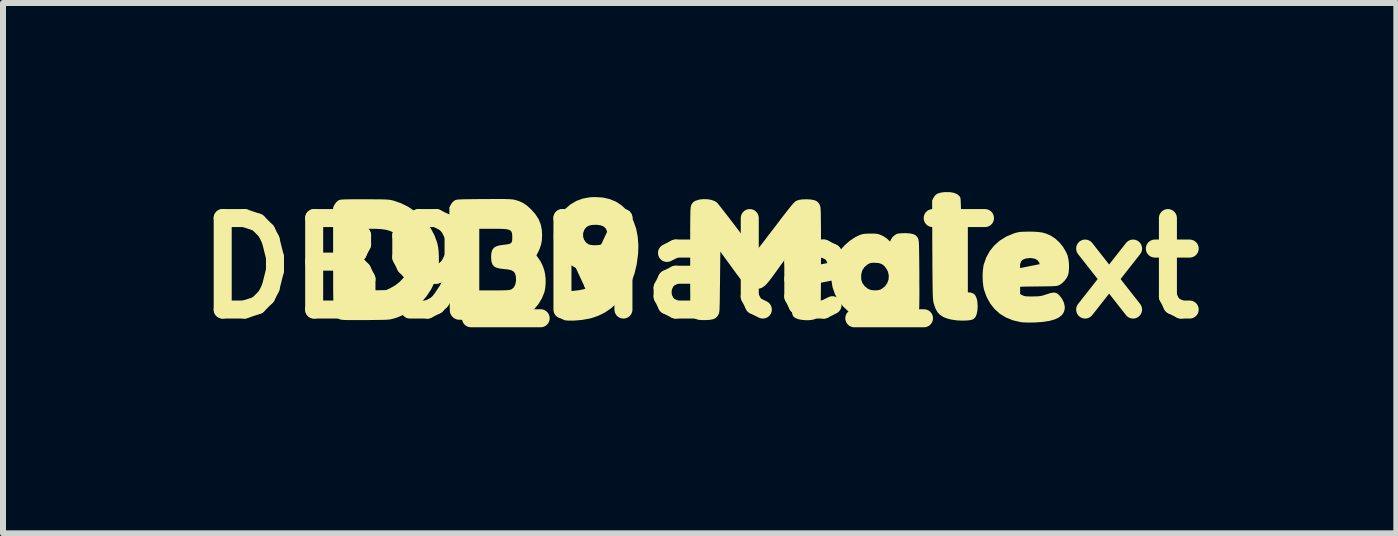
<source format=kicad_pcb>
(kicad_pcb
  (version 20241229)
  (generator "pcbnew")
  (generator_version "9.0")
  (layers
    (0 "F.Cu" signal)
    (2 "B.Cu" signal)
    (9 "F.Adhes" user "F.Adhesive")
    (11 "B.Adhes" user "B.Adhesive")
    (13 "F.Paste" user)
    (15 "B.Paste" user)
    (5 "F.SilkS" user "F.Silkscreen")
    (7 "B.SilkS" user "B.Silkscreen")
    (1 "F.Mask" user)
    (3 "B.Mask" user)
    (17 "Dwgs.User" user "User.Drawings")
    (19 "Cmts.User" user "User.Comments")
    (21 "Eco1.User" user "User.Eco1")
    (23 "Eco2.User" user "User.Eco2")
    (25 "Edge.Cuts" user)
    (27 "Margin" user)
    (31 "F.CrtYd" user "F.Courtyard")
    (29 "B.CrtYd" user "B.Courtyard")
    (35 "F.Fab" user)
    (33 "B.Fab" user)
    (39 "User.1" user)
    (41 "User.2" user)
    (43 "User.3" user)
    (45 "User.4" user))
  (footprint "DB9_Male_Text"
    (layer "F.Cu")
    (at 8.607 1.418)
    (property "Reference" "DB9_Male_Text" (at 0 0 0) (layer "F.SilkS") (effects (font (size 1.524 1.524) (thickness 0.3))))
    (attr board_only exclude_from_pos_files exclude_from_bom)
    (fp_poly (pts (xy 4.237 -1.255) (xy 4.292 -1.232) (xy 4.33 -1.198) (xy 4.343 -1.176) (xy 4.345 -1.163) (xy 4.348 -1.137) (xy 4.35 -1.096) (xy 4.352 -1.04) (xy 4.354 -0.968) (xy 4.355 -0.878) (xy 4.357 -0.771) (xy 4.358 -0.644) (xy 4.36 -0.498) (xy 4.36 -0.393) (xy 4.366 0.362) (xy 4.391 0.382) (xy 4.422 0.397) (xy 4.469 0.402) (xy 4.47 0.402) (xy 4.526 0.408) (xy 4.567 0.427) (xy 4.597 0.46) (xy 4.617 0.51) (xy 4.626 0.554) (xy 4.632 0.638) (xy 4.627 0.706) (xy 4.615 0.767) (xy 4.597 0.811) (xy 4.57 0.841) (xy 4.548 0.855) (xy 4.518 0.864) (xy 4.472 0.87) (xy 4.416 0.873) (xy 4.354 0.873) (xy 4.293 0.87) (xy 4.274 0.868) (xy 4.197 0.857) (xy 4.135 0.842) (xy 4.081 0.823) (xy 4.054 0.81) (xy 4.004 0.778) (xy 3.964 0.735) (xy 3.932 0.68) (xy 3.906 0.607) (xy 3.898 0.58) (xy 3.895 0.566) (xy 3.892 0.549) (xy 3.889 0.527) (xy 3.887 0.5) (xy 3.885 0.466) (xy 3.883 0.423) (xy 3.882 0.37) (xy 3.881 0.305) (xy 3.88 0.227) (xy 3.879 0.134) (xy 3.878 0.025) (xy 3.877 -0.102) (xy 3.877 -0.248) (xy 3.876 -0.307) (xy 3.873 -1.127) (xy 3.897 -1.175) (xy 3.922 -1.212) (xy 3.956 -1.239) (xy 4.003 -1.256) (xy 4.065 -1.266) (xy 4.084 -1.267) (xy 4.168 -1.267)) (stroke (width 0) (type solid)) (fill yes) (layer "F.SilkS"))
    (fp_poly (pts (xy -5.603 -1.148) (xy -5.583 -1.148) (xy -5.479 -1.148) (xy -5.394 -1.147) (xy -5.325 -1.147) (xy -5.27 -1.146) (xy -5.227 -1.144) (xy -5.193 -1.142) (xy -5.165 -1.139) (xy -5.142 -1.135) (xy -5.121 -1.13) (xy -5.099 -1.125) (xy -4.971 -1.08) (xy -4.854 -1.022) (xy -4.743 -0.946) (xy -4.647 -0.863) (xy -4.553 -0.762) (xy -4.478 -0.659) (xy -4.419 -0.549) (xy -4.375 -0.429) (xy -4.369 -0.407) (xy -4.357 -0.348) (xy -4.349 -0.274) (xy -4.345 -0.191) (xy -4.345 -0.108) (xy -4.348 -0.028) (xy -4.356 0.041) (xy -4.363 0.077) (xy -4.41 0.22) (xy -4.474 0.353) (xy -4.554 0.473) (xy -4.65 0.581) (xy -4.76 0.674) (xy -4.883 0.752) (xy -5.018 0.813) (xy -5.077 0.833) (xy -5.101 0.84) (xy -5.123 0.846) (xy -5.145 0.851) (xy -5.169 0.855) (xy -5.199 0.858) (xy -5.235 0.86) (xy -5.282 0.861) (xy -5.341 0.862) (xy -5.415 0.863) (xy -5.506 0.864) (xy -5.562 0.865) (xy -5.668 0.865) (xy -5.756 0.865) (xy -5.826 0.865) (xy -5.881 0.864) (xy -5.923 0.863) (xy -5.955 0.86) (xy -5.977 0.857) (xy -5.992 0.853) (xy -5.994 0.853) (xy -6.037 0.832) (xy -6.067 0.803) (xy -6.087 0.761) (xy -6.091 0.748) (xy -6.094 0.735) (xy -6.096 0.718) (xy -6.098 0.695) (xy -6.1 0.665) (xy -6.102 0.626) (xy -6.103 0.576) (xy -6.104 0.515) (xy -6.105 0.441) (xy -6.106 0.372) (xy -5.609 0.372) (xy -5.416 0.369) (xy -5.223 0.365) (xy -5.143 0.327) (xy -5.068 0.283) (xy -4.997 0.227) (xy -4.937 0.163) (xy -4.903 0.115) (xy -4.863 0.027) (xy -4.841 -0.066) (xy -4.837 -0.162) (xy -4.851 -0.258) (xy -4.881 -0.35) (xy -4.929 -0.434) (xy -4.993 -0.509) (xy -4.998 -0.514) (xy -5.053 -0.561) (xy -5.108 -0.597) (xy -5.167 -0.623) (xy -5.233 -0.641) (xy -5.31 -0.651) (xy -5.402 -0.656) (xy -5.447 -0.656) (xy -5.609 -0.656) (xy -5.609 0.372) (xy -6.106 0.372) (xy -6.106 0.353) (xy -6.106 0.249) (xy -6.106 0.127) (xy -6.107 -0.012) (xy -6.107 -0.158) (xy -6.107 -1.012) (xy -6.083 -1.058) (xy -6.057 -1.097) (xy -6.025 -1.125) (xy -6.022 -1.127) (xy -6.012 -1.132) (xy -6 -1.137) (xy -5.985 -1.14) (xy -5.965 -1.143) (xy -5.936 -1.145) (xy -5.898 -1.146) (xy -5.848 -1.147) (xy -5.784 -1.148) (xy -5.703 -1.148)) (stroke (width 0) (type solid)) (fill yes) (layer "F.SilkS"))
    (fp_poly (pts (xy -1.615 -1.177) (xy -1.498 -1.151) (xy -1.394 -1.108) (xy -1.302 -1.047) (xy -1.243 -0.992) (xy -1.165 -0.895) (xy -1.103 -0.785) (xy -1.059 -0.662) (xy -1.032 -0.526) (xy -1.021 -0.378) (xy -1.026 -0.235) (xy -1.049 -0.063) (xy -1.087 0.095) (xy -1.142 0.241) (xy -1.214 0.375) (xy -1.303 0.498) (xy -1.372 0.574) (xy -1.473 0.666) (xy -1.58 0.739) (xy -1.696 0.796) (xy -1.821 0.837) (xy -1.959 0.862) (xy -2.09 0.873) (xy -2.143 0.874) (xy -2.192 0.873) (xy -2.231 0.87) (xy -2.249 0.867) (xy -2.3 0.844) (xy -2.339 0.804) (xy -2.365 0.748) (xy -2.378 0.677) (xy -2.379 0.598) (xy -2.368 0.521) (xy -2.347 0.462) (xy -2.316 0.421) (xy -2.294 0.406) (xy -2.261 0.395) (xy -2.207 0.387) (xy -2.132 0.38) (xy -2.129 0.38) (xy -2.023 0.369) (xy -1.933 0.351) (xy -1.855 0.324) (xy -1.787 0.286) (xy -1.725 0.236) (xy -1.69 0.201) (xy -1.658 0.165) (xy -1.629 0.126) (xy -1.604 0.089) (xy -1.586 0.057) (xy -1.578 0.034) (xy -1.579 0.026) (xy -1.591 0.026) (xy -1.616 0.033) (xy -1.631 0.039) (xy -1.669 0.049) (xy -1.72 0.055) (xy -1.788 0.056) (xy -1.789 0.056) (xy -1.846 0.055) (xy -1.891 0.052) (xy -1.93 0.044) (xy -1.974 0.031) (xy -1.984 0.027) (xy -2.083 -0.014) (xy -2.169 -0.066) (xy -2.247 -0.132) (xy -2.321 -0.215) (xy -2.376 -0.299) (xy -2.411 -0.387) (xy -2.429 -0.481) (xy -2.431 -0.503) (xy -2.429 -0.581) (xy -1.942 -0.581) (xy -1.942 -0.526) (xy -1.926 -0.474) (xy -1.896 -0.43) (xy -1.853 -0.398) (xy -1.848 -0.396) (xy -1.812 -0.387) (xy -1.764 -0.382) (xy -1.712 -0.383) (xy -1.664 -0.388) (xy -1.649 -0.392) (xy -1.616 -0.408) (xy -1.581 -0.436) (xy -1.573 -0.445) (xy -1.55 -0.472) (xy -1.539 -0.496) (xy -1.535 -0.527) (xy -1.535 -0.545) (xy -1.541 -0.609) (xy -1.562 -0.658) (xy -1.597 -0.693) (xy -1.649 -0.714) (xy -1.717 -0.723) (xy -1.736 -0.723) (xy -1.803 -0.719) (xy -1.854 -0.705) (xy -1.892 -0.68) (xy -1.921 -0.642) (xy -1.924 -0.635) (xy -1.942 -0.581) (xy -2.429 -0.581) (xy -2.428 -0.617) (xy -2.405 -0.726) (xy -2.361 -0.828) (xy -2.298 -0.923) (xy -2.244 -0.984) (xy -2.153 -1.062) (xy -2.055 -1.12) (xy -1.949 -1.159) (xy -1.832 -1.181) (xy -1.743 -1.185)) (stroke (width 0) (type solid)) (fill yes) (layer "F.SilkS"))
    (fp_poly (pts (xy 3.494 -0.58) (xy 3.55 -0.57) (xy 3.591 -0.553) (xy 3.621 -0.526) (xy 3.636 -0.501) (xy 3.641 -0.492) (xy 3.644 -0.48) (xy 3.647 -0.465) (xy 3.65 -0.446) (xy 3.652 -0.419) (xy 3.654 -0.383) (xy 3.655 -0.338) (xy 3.656 -0.28) (xy 3.657 -0.208) (xy 3.658 -0.12) (xy 3.659 -0.015) (xy 3.66 0.109) (xy 3.66 0.122) (xy 3.66 0.255) (xy 3.661 0.37) (xy 3.661 0.466) (xy 3.66 0.546) (xy 3.659 0.612) (xy 3.657 0.665) (xy 3.654 0.707) (xy 3.65 0.739) (xy 3.644 0.764) (xy 3.638 0.783) (xy 3.63 0.797) (xy 3.62 0.808) (xy 3.609 0.818) (xy 3.607 0.82) (xy 3.561 0.846) (xy 3.501 0.863) (xy 3.43 0.868) (xy 3.352 0.863) (xy 3.311 0.856) (xy 3.27 0.842) (xy 3.233 0.82) (xy 3.204 0.794) (xy 3.187 0.768) (xy 3.186 0.758) (xy 3.184 0.745) (xy 3.176 0.743) (xy 3.159 0.753) (xy 3.131 0.777) (xy 3.13 0.778) (xy 3.094 0.803) (xy 3.051 0.827) (xy 3.028 0.837) (xy 2.971 0.852) (xy 2.903 0.861) (xy 2.831 0.864) (xy 2.764 0.861) (xy 2.722 0.853) (xy 2.637 0.822) (xy 2.551 0.774) (xy 2.467 0.711) (xy 2.389 0.637) (xy 2.322 0.554) (xy 2.311 0.537) (xy 2.253 0.431) (xy 2.214 0.318) (xy 2.195 0.2) (xy 2.195 0.127) (xy 2.69 0.127) (xy 2.693 0.194) (xy 2.712 0.249) (xy 2.748 0.298) (xy 2.759 0.308) (xy 2.803 0.343) (xy 2.848 0.362) (xy 2.902 0.369) (xy 2.921 0.37) (xy 2.97 0.367) (xy 3.007 0.358) (xy 3.031 0.346) (xy 3.086 0.304) (xy 3.125 0.25) (xy 3.147 0.189) (xy 3.151 0.124) (xy 3.137 0.058) (xy 3.11 0.007) (xy 3.074 -0.039) (xy 3.033 -0.069) (xy 2.984 -0.085) (xy 2.921 -0.09) (xy 2.92 -0.09) (xy 2.876 -0.089) (xy 2.845 -0.085) (xy 2.82 -0.075) (xy 2.796 -0.061) (xy 2.743 -0.016) (xy 2.709 0.038) (xy 2.692 0.104) (xy 2.69 0.127) (xy 2.195 0.127) (xy 2.195 0.08) (xy 2.216 -0.042) (xy 2.243 -0.129) (xy 2.286 -0.217) (xy 2.346 -0.304) (xy 2.419 -0.385) (xy 2.502 -0.457) (xy 2.591 -0.516) (xy 2.665 -0.552) (xy 2.697 -0.563) (xy 2.729 -0.57) (xy 2.767 -0.574) (xy 2.818 -0.576) (xy 2.847 -0.576) (xy 2.902 -0.576) (xy 2.941 -0.574) (xy 2.971 -0.569) (xy 2.998 -0.561) (xy 3.027 -0.549) (xy 3.032 -0.547) (xy 3.073 -0.525) (xy 3.112 -0.499) (xy 3.134 -0.48) (xy 3.172 -0.443) (xy 3.185 -0.474) (xy 3.211 -0.516) (xy 3.251 -0.552) (xy 3.286 -0.572) (xy 3.311 -0.577) (xy 3.35 -0.581) (xy 3.397 -0.583) (xy 3.421 -0.584)) (stroke (width 0) (type solid)) (fill yes) (layer "F.SilkS"))
    (fp_poly (pts (xy 5.584 -0.607) (xy 5.653 -0.602) (xy 5.713 -0.593) (xy 5.766 -0.578) (xy 5.819 -0.556) (xy 5.853 -0.54) (xy 5.926 -0.492) (xy 5.995 -0.428) (xy 6.056 -0.352) (xy 6.105 -0.268) (xy 6.129 -0.212) (xy 6.143 -0.153) (xy 6.152 -0.082) (xy 6.154 -0.009) (xy 6.149 0.06) (xy 6.14 0.109) (xy 6.117 0.159) (xy 6.079 0.21) (xy 6.034 0.254) (xy 5.997 0.278) (xy 5.984 0.285) (xy 5.971 0.29) (xy 5.955 0.294) (xy 5.934 0.297) (xy 5.905 0.299) (xy 5.866 0.301) (xy 5.814 0.302) (xy 5.748 0.303) (xy 5.665 0.304) (xy 5.596 0.305) (xy 5.496 0.306) (xy 5.416 0.307) (xy 5.353 0.309) (xy 5.306 0.31) (xy 5.273 0.313) (xy 5.252 0.315) (xy 5.241 0.319) (xy 5.239 0.322) (xy 5.248 0.349) (xy 5.272 0.381) (xy 5.308 0.412) (xy 5.35 0.438) (xy 5.377 0.452) (xy 5.401 0.461) (xy 5.425 0.467) (xy 5.456 0.47) (xy 5.498 0.471) (xy 5.546 0.471) (xy 5.604 0.47) (xy 5.647 0.468) (xy 5.683 0.463) (xy 5.718 0.455) (xy 5.76 0.442) (xy 5.781 0.435) (xy 5.841 0.416) (xy 5.887 0.407) (xy 5.923 0.408) (xy 5.953 0.419) (xy 5.982 0.442) (xy 5.993 0.453) (xy 6.036 0.508) (xy 6.067 0.57) (xy 6.082 0.633) (xy 6.083 0.672) (xy 6.069 0.73) (xy 6.037 0.779) (xy 5.987 0.82) (xy 5.917 0.853) (xy 5.83 0.878) (xy 5.722 0.895) (xy 5.596 0.904) (xy 5.567 0.905) (xy 5.506 0.906) (xy 5.447 0.905) (xy 5.395 0.903) (xy 5.356 0.9) (xy 5.35 0.899) (xy 5.221 0.869) (xy 5.106 0.823) (xy 5.003 0.761) (xy 4.915 0.682) (xy 4.841 0.589) (xy 4.781 0.48) (xy 4.739 0.363) (xy 4.725 0.297) (xy 4.717 0.218) (xy 4.714 0.133) (xy 4.717 0.05) (xy 4.718 0.042) (xy 5.23 0.042) (xy 5.43 0.042) (xy 5.5 0.042) (xy 5.552 0.042) (xy 5.589 0.04) (xy 5.615 0.038) (xy 5.631 0.034) (xy 5.643 0.028) (xy 5.652 0.021) (xy 5.653 0.02) (xy 5.667 0.000438) (xy 5.672 -0.024) (xy 5.67 -0.049) (xy 5.655 -0.099) (xy 5.625 -0.136) (xy 5.578 -0.159) (xy 5.514 -0.169) (xy 5.498 -0.169) (xy 5.43 -0.16) (xy 5.366 -0.135) (xy 5.31 -0.097) (xy 5.266 -0.048) (xy 5.239 0.009) (xy 5.239 0.011) (xy 5.23 0.042) (xy 4.718 0.042) (xy 4.726 -0.025) (xy 4.734 -0.064) (xy 4.776 -0.182) (xy 4.835 -0.288) (xy 4.911 -0.381) (xy 5.002 -0.461) (xy 5.109 -0.527) (xy 5.229 -0.577) (xy 5.249 -0.584) (xy 5.283 -0.593) (xy 5.314 -0.6) (xy 5.349 -0.605) (xy 5.391 -0.607) (xy 5.446 -0.608) (xy 5.498 -0.609)) (stroke (width 0) (type solid)) (fill yes) (layer "F.SilkS"))
    (fp_poly (pts (xy -3.309 -1.152) (xy -3.246 -1.152) (xy -3.196 -1.15) (xy -3.157 -1.149) (xy -3.126 -1.146) (xy -3.102 -1.143) (xy -3.082 -1.139) (xy -3.076 -1.138) (xy -3.003 -1.115) (xy -2.94 -1.085) (xy -2.881 -1.045) (xy -2.819 -0.99) (xy -2.809 -0.98) (xy -2.737 -0.899) (xy -2.684 -0.818) (xy -2.649 -0.733) (xy -2.63 -0.64) (xy -2.625 -0.55) (xy -2.629 -0.466) (xy -2.642 -0.393) (xy -2.667 -0.321) (xy -2.689 -0.273) (xy -2.72 -0.212) (xy -2.684 -0.162) (xy -2.654 -0.117) (xy -2.632 -0.076) (xy -2.612 -0.032) (xy -2.592 0.026) (xy -2.591 0.027) (xy -2.576 0.093) (xy -2.567 0.171) (xy -2.566 0.253) (xy -2.573 0.331) (xy -2.586 0.397) (xy -2.628 0.502) (xy -2.686 0.598) (xy -2.757 0.683) (xy -2.84 0.755) (xy -2.933 0.81) (xy -3.033 0.847) (xy -3.049 0.852) (xy -3.07 0.856) (xy -3.096 0.859) (xy -3.13 0.862) (xy -3.173 0.864) (xy -3.227 0.865) (xy -3.295 0.866) (xy -3.379 0.867) (xy -3.48 0.867) (xy -3.561 0.867) (xy -3.666 0.866) (xy -3.763 0.865) (xy -3.848 0.864) (xy -3.921 0.862) (xy -3.98 0.86) (xy -4.021 0.858) (xy -4.044 0.855) (xy -4.045 0.855) (xy -4.095 0.832) (xy -4.134 0.794) (xy -4.158 0.746) (xy -4.158 0.746) (xy -4.161 0.727) (xy -4.163 0.692) (xy -4.164 0.637) (xy -4.166 0.564) (xy -4.167 0.472) (xy -4.168 0.37) (xy -3.672 0.37) (xy -3.423 0.37) (xy -3.341 0.37) (xy -3.277 0.369) (xy -3.229 0.368) (xy -3.193 0.366) (xy -3.168 0.362) (xy -3.149 0.358) (xy -3.136 0.353) (xy -3.099 0.324) (xy -3.074 0.279) (xy -3.061 0.222) (xy -3.059 0.191) (xy -3.063 0.132) (xy -3.076 0.088) (xy -3.099 0.057) (xy -3.136 0.035) (xy -3.189 0.022) (xy -3.255 0.015) (xy -3.33 0.006) (xy -3.387 -0.008) (xy -3.427 -0.031) (xy -3.454 -0.065) (xy -3.469 -0.111) (xy -3.474 -0.171) (xy -3.475 -0.186) (xy -3.471 -0.251) (xy -3.457 -0.3) (xy -3.431 -0.337) (xy -3.391 -0.363) (xy -3.334 -0.38) (xy -3.261 -0.39) (xy -3.204 -0.397) (xy -3.165 -0.406) (xy -3.141 -0.42) (xy -3.128 -0.443) (xy -3.123 -0.477) (xy -3.122 -0.51) (xy -3.123 -0.552) (xy -3.127 -0.584) (xy -3.137 -0.609) (xy -3.154 -0.628) (xy -3.181 -0.641) (xy -3.22 -0.649) (xy -3.274 -0.654) (xy -3.344 -0.656) (xy -3.433 -0.656) (xy -3.445 -0.656) (xy -3.672 -0.656) (xy -3.672 0.37) (xy -4.168 0.37) (xy -4.168 0.361) (xy -4.169 0.229) (xy -4.17 0.078) (xy -4.17 -0.095) (xy -4.17 -0.154) (xy -4.17 -1.012) (xy -4.146 -1.058) (xy -4.12 -1.097) (xy -4.088 -1.125) (xy -4.085 -1.127) (xy -4.075 -1.132) (xy -4.064 -1.136) (xy -4.05 -1.14) (xy -4.03 -1.143) (xy -4.002 -1.145) (xy -3.965 -1.147) (xy -3.917 -1.148) (xy -3.855 -1.149) (xy -3.778 -1.15) (xy -3.683 -1.151) (xy -3.595 -1.151) (xy -3.481 -1.152) (xy -3.387 -1.152)) (stroke (width 0) (type solid)) (fill yes) (layer "F.SilkS"))
    (fp_poly (pts (xy 0.125 -1.149) (xy 0.19 -1.139) (xy 0.246 -1.12) (xy 0.288 -1.093) (xy 0.289 -1.092) (xy 0.301 -1.078) (xy 0.325 -1.049) (xy 0.359 -1.006) (xy 0.401 -0.952) (xy 0.45 -0.889) (xy 0.505 -0.818) (xy 0.564 -0.741) (xy 0.616 -0.672) (xy 0.677 -0.592) (xy 0.734 -0.517) (xy 0.785 -0.45) (xy 0.831 -0.39) (xy 0.868 -0.341) (xy 0.897 -0.304) (xy 0.915 -0.28) (xy 0.921 -0.272) (xy 0.93 -0.277) (xy 0.949 -0.297) (xy 0.976 -0.329) (xy 1.011 -0.372) (xy 1.05 -0.422) (xy 1.065 -0.441) (xy 1.157 -0.563) (xy 1.238 -0.668) (xy 1.308 -0.76) (xy 1.367 -0.838) (xy 1.418 -0.903) (xy 1.46 -0.957) (xy 1.495 -1.001) (xy 1.524 -1.037) (xy 1.547 -1.064) (xy 1.566 -1.085) (xy 1.581 -1.1) (xy 1.594 -1.111) (xy 1.604 -1.118) (xy 1.614 -1.123) (xy 1.624 -1.128) (xy 1.627 -1.129) (xy 1.666 -1.14) (xy 1.715 -1.146) (xy 1.778 -1.148) (xy 1.853 -1.144) (xy 1.911 -1.133) (xy 1.955 -1.113) (xy 1.985 -1.082) (xy 2 -1.056) (xy 2.004 -1.047) (xy 2.007 -1.037) (xy 2.01 -1.025) (xy 2.013 -1.008) (xy 2.015 -0.986) (xy 2.016 -0.958) (xy 2.018 -0.921) (xy 2.019 -0.874) (xy 2.019 -0.816) (xy 2.02 -0.746) (xy 2.021 -0.661) (xy 2.021 -0.562) (xy 2.021 -0.445) (xy 2.021 -0.31) (xy 2.021 -0.155) (xy 2.021 -0.153) (xy 2.021 0.023) (xy 2.021 0.181) (xy 2.02 0.32) (xy 2.019 0.44) (xy 2.018 0.541) (xy 2.016 0.622) (xy 2.015 0.683) (xy 2.013 0.723) (xy 2.01 0.743) (xy 2.01 0.743) (xy 1.987 0.796) (xy 1.949 0.834) (xy 1.897 0.856) (xy 1.89 0.858) (xy 1.834 0.866) (xy 1.771 0.867) (xy 1.708 0.862) (xy 1.652 0.852) (xy 1.612 0.838) (xy 1.594 0.829) (xy 1.579 0.82) (xy 1.566 0.809) (xy 1.556 0.796) (xy 1.548 0.777) (xy 1.541 0.752) (xy 1.536 0.718) (xy 1.533 0.674) (xy 1.53 0.617) (xy 1.528 0.547) (xy 1.527 0.461) (xy 1.525 0.357) (xy 1.524 0.234) (xy 1.524 0.233) (xy 1.519 -0.28) (xy 1.433 -0.164) (xy 1.394 -0.109) (xy 1.347 -0.046) (xy 1.3 0.02) (xy 1.257 0.08) (xy 1.254 0.085) (xy 1.202 0.156) (xy 1.159 0.212) (xy 1.123 0.255) (xy 1.092 0.286) (xy 1.064 0.309) (xy 1.037 0.326) (xy 1.033 0.328) (xy 0.977 0.345) (xy 0.913 0.348) (xy 0.853 0.338) (xy 0.831 0.329) (xy 0.811 0.319) (xy 0.79 0.304) (xy 0.767 0.283) (xy 0.74 0.254) (xy 0.708 0.216) (xy 0.669 0.167) (xy 0.623 0.106) (xy 0.566 0.029) (xy 0.519 -0.036) (xy 0.344 -0.276) (xy 0.339 0.23) (xy 0.337 0.346) (xy 0.336 0.444) (xy 0.335 0.524) (xy 0.334 0.588) (xy 0.332 0.64) (xy 0.331 0.679) (xy 0.329 0.709) (xy 0.326 0.731) (xy 0.323 0.748) (xy 0.319 0.761) (xy 0.314 0.771) (xy 0.31 0.779) (xy 0.287 0.812) (xy 0.258 0.836) (xy 0.219 0.852) (xy 0.166 0.861) (xy 0.101 0.865) (xy 0.031 0.865) (xy -0.02 0.86) (xy -0.045 0.853) (xy -0.086 0.835) (xy -0.113 0.811) (xy -0.135 0.776) (xy -0.139 0.767) (xy -0.142 0.759) (xy -0.146 0.748) (xy -0.148 0.735) (xy -0.15 0.717) (xy -0.152 0.692) (xy -0.154 0.661) (xy -0.155 0.62) (xy -0.156 0.569) (xy -0.157 0.507) (xy -0.157 0.431) (xy -0.158 0.341) (xy -0.158 0.235) (xy -0.158 0.112) (xy -0.158 -0.031) (xy -0.158 -0.143) (xy -0.158 -0.299) (xy -0.158 -0.435) (xy -0.158 -0.553) (xy -0.158 -0.654) (xy -0.157 -0.739) (xy -0.157 -0.811) (xy -0.156 -0.869) (xy -0.155 -0.917) (xy -0.154 -0.955) (xy -0.152 -0.984) (xy -0.15 -1.007) (xy -0.148 -1.023) (xy -0.145 -1.036) (xy -0.142 -1.046) (xy -0.138 -1.055) (xy -0.138 -1.056) (xy -0.118 -1.089) (xy -0.091 -1.112) (xy -0.069 -1.123) (xy -0.01 -1.142) (xy 0.057 -1.15)) (stroke (width 0) (type solid)) (fill yes) (layer "F.SilkS")))
  (gr_rect
    (start -3 -3)
    (end 20.214 5.836)
    (stroke (width 0.1) (type default))
    (fill no)
    (layer "Edge.Cuts")))
</source>
